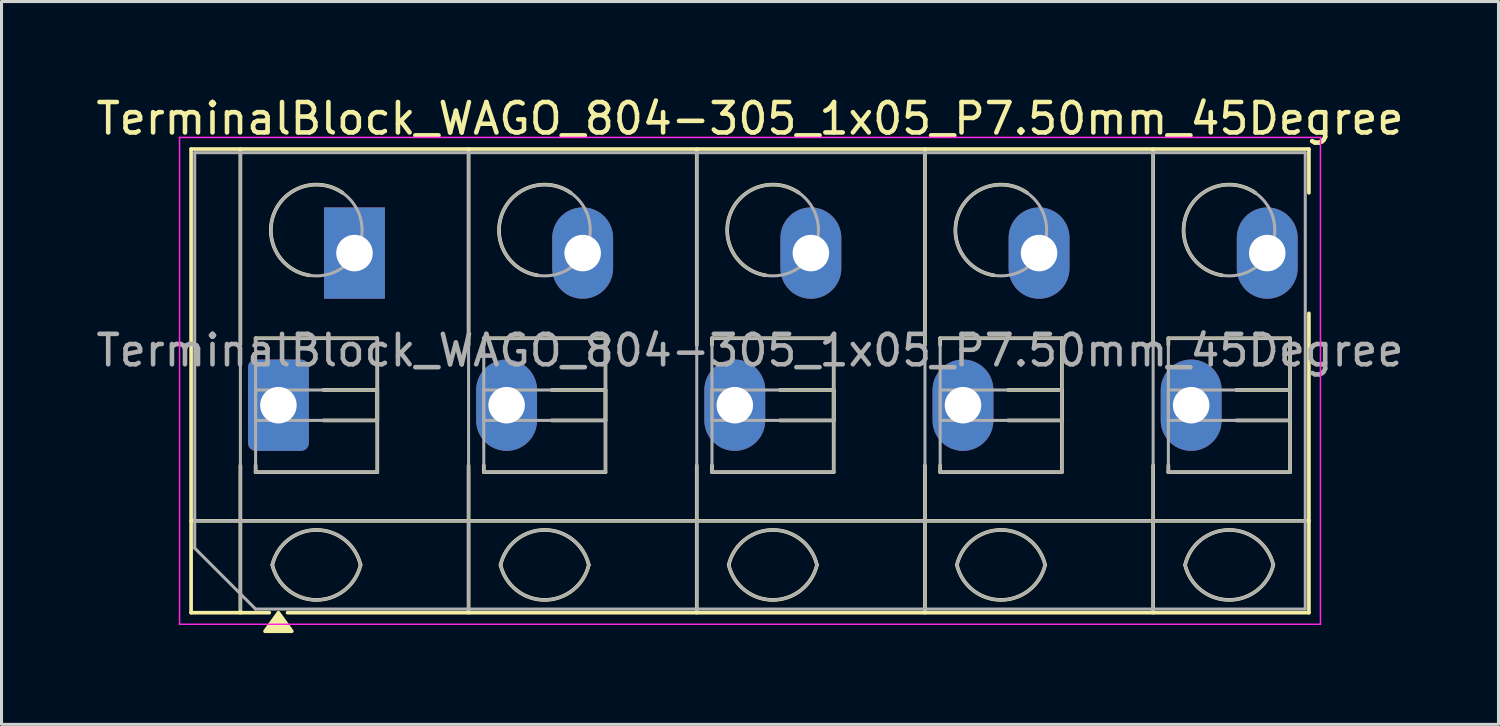
<source format=kicad_pcb>
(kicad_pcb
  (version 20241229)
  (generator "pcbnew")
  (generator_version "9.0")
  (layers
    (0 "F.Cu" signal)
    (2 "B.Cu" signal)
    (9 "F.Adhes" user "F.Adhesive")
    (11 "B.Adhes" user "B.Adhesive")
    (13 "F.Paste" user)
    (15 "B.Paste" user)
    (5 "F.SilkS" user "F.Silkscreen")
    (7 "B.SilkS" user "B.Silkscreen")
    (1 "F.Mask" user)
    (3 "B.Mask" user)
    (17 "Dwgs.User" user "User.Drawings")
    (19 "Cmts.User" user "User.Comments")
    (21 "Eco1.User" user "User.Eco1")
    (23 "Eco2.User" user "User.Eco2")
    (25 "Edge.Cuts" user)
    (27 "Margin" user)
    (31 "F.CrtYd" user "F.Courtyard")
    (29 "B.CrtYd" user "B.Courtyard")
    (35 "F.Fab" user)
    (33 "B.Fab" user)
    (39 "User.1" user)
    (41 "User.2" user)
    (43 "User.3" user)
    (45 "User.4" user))
  (footprint "TerminalBlock_WAGO_804-305_1x05_P7.50mm_45Degree"
    (layer "F.Cu")
    (at 6.101 10.268)
    (property "Reference" "TerminalBlock_WAGO_804-305_1x05_P7.50mm_45Degree" (at 15.5 -9.42 0) (layer "F.SilkS") (effects (font (size 1 1) (thickness 0.15))))
    (attr through_hole)
    (fp_line (start -2.87 -8.42) (end 33.87 -8.42) (stroke (width 0.12) (type solid)) (layer "F.SilkS"))
    (fp_line (start -2.87 3.8) (end 33.87 3.8) (stroke (width 0.12) (type solid)) (layer "F.SilkS"))
    (fp_line (start -2.87 6.82) (end -2.87 -8.42) (stroke (width 0.12) (type solid)) (layer "F.SilkS"))
    (fp_line (start -1.25 -8.42) (end -1.25 -1.98) (stroke (width 0.12) (type solid)) (layer "F.SilkS"))
    (fp_line (start -1.25 1.98) (end -1.25 6.82) (stroke (width 0.12) (type solid)) (layer "F.SilkS"))
    (fp_line (start -0.75 -2.2) (end 3.25 -2.2) (stroke (width 0.12) (type solid)) (layer "F.SilkS"))
    (fp_line (start -0.75 -1.98) (end -0.75 -2.2) (stroke (width 0.12) (type solid)) (layer "F.SilkS"))
    (fp_line (start -0.75 2.2) (end -0.75 1.98) (stroke (width 0.12) (type solid)) (layer "F.SilkS"))
    (fp_line (start -0.3 6.82) (end -2.87 6.82) (stroke (width 0.12) (type solid)) (layer "F.SilkS"))
    (fp_line (start 1.48 -0.5) (end 3.25 -0.5) (stroke (width 0.12) (type solid)) (layer "F.SilkS"))
    (fp_line (start 3.25 -2.2) (end 3.25 2.2) (stroke (width 0.12) (type solid)) (layer "F.SilkS"))
    (fp_line (start 3.25 -0.5) (end 3.25 0.5) (stroke (width 0.12) (type solid)) (layer "F.SilkS"))
    (fp_line (start 3.25 0.5) (end 1.48 0.5) (stroke (width 0.12) (type solid)) (layer "F.SilkS"))
    (fp_line (start 3.25 2.2) (end -0.75 2.2) (stroke (width 0.12) (type solid)) (layer "F.SilkS"))
    (fp_line (start 6.25 -8.42) (end 6.25 -1.98) (stroke (width 0.12) (type solid)) (layer "F.SilkS"))
    (fp_line (start 6.25 1.98) (end 6.25 6.82) (stroke (width 0.12) (type solid)) (layer "F.SilkS"))
    (fp_line (start 6.75 -2.2) (end 10.75 -2.2) (stroke (width 0.12) (type solid)) (layer "F.SilkS"))
    (fp_line (start 6.75 -1.98) (end 6.75 -2.2) (stroke (width 0.12) (type solid)) (layer "F.SilkS"))
    (fp_line (start 6.75 2.2) (end 6.75 1.98) (stroke (width 0.12) (type solid)) (layer "F.SilkS"))
    (fp_line (start 8.98 -0.5) (end 10.75 -0.5) (stroke (width 0.12) (type solid)) (layer "F.SilkS"))
    (fp_line (start 10.75 -2.2) (end 10.75 2.2) (stroke (width 0.12) (type solid)) (layer "F.SilkS"))
    (fp_line (start 10.75 -0.5) (end 10.75 0.5) (stroke (width 0.12) (type solid)) (layer "F.SilkS"))
    (fp_line (start 10.75 0.5) (end 8.98 0.5) (stroke (width 0.12) (type solid)) (layer "F.SilkS"))
    (fp_line (start 10.75 2.2) (end 6.75 2.2) (stroke (width 0.12) (type solid)) (layer "F.SilkS"))
    (fp_line (start 13.75 -8.42) (end 13.75 -1.98) (stroke (width 0.12) (type solid)) (layer "F.SilkS"))
    (fp_line (start 13.75 1.98) (end 13.75 6.82) (stroke (width 0.12) (type solid)) (layer "F.SilkS"))
    (fp_line (start 14.25 -2.2) (end 18.25 -2.2) (stroke (width 0.12) (type solid)) (layer "F.SilkS"))
    (fp_line (start 14.25 -1.98) (end 14.25 -2.2) (stroke (width 0.12) (type solid)) (layer "F.SilkS"))
    (fp_line (start 14.25 2.2) (end 14.25 1.98) (stroke (width 0.12) (type solid)) (layer "F.SilkS"))
    (fp_line (start 16.48 -0.5) (end 18.25 -0.5) (stroke (width 0.12) (type solid)) (layer "F.SilkS"))
    (fp_line (start 18.25 -2.2) (end 18.25 2.2) (stroke (width 0.12) (type solid)) (layer "F.SilkS"))
    (fp_line (start 18.25 -0.5) (end 18.25 0.5) (stroke (width 0.12) (type solid)) (layer "F.SilkS"))
    (fp_line (start 18.25 0.5) (end 16.48 0.5) (stroke (width 0.12) (type solid)) (layer "F.SilkS"))
    (fp_line (start 18.25 2.2) (end 14.25 2.2) (stroke (width 0.12) (type solid)) (layer "F.SilkS"))
    (fp_line (start 21.25 -8.42) (end 21.25 -1.98) (stroke (width 0.12) (type solid)) (layer "F.SilkS"))
    (fp_line (start 21.25 1.98) (end 21.25 6.82) (stroke (width 0.12) (type solid)) (layer "F.SilkS"))
    (fp_line (start 21.75 -2.2) (end 25.75 -2.2) (stroke (width 0.12) (type solid)) (layer "F.SilkS"))
    (fp_line (start 21.75 -1.98) (end 21.75 -2.2) (stroke (width 0.12) (type solid)) (layer "F.SilkS"))
    (fp_line (start 21.75 2.2) (end 21.75 1.98) (stroke (width 0.12) (type solid)) (layer "F.SilkS"))
    (fp_line (start 23.98 -0.5) (end 25.75 -0.5) (stroke (width 0.12) (type solid)) (layer "F.SilkS"))
    (fp_line (start 25.75 -2.2) (end 25.75 2.2) (stroke (width 0.12) (type solid)) (layer "F.SilkS"))
    (fp_line (start 25.75 -0.5) (end 25.75 0.5) (stroke (width 0.12) (type solid)) (layer "F.SilkS"))
    (fp_line (start 25.75 0.5) (end 23.98 0.5) (stroke (width 0.12) (type solid)) (layer "F.SilkS"))
    (fp_line (start 25.75 2.2) (end 21.75 2.2) (stroke (width 0.12) (type solid)) (layer "F.SilkS"))
    (fp_line (start 28.75 -8.42) (end 28.75 -1.98) (stroke (width 0.12) (type solid)) (layer "F.SilkS"))
    (fp_line (start 28.75 1.98) (end 28.75 6.82) (stroke (width 0.12) (type solid)) (layer "F.SilkS"))
    (fp_line (start 29.25 -2.2) (end 33.25 -2.2) (stroke (width 0.12) (type solid)) (layer "F.SilkS"))
    (fp_line (start 29.25 -1.98) (end 29.25 -2.2) (stroke (width 0.12) (type solid)) (layer "F.SilkS"))
    (fp_line (start 29.25 2.2) (end 29.25 1.98) (stroke (width 0.12) (type solid)) (layer "F.SilkS"))
    (fp_line (start 31.48 -0.5) (end 33.25 -0.5) (stroke (width 0.12) (type solid)) (layer "F.SilkS"))
    (fp_line (start 33.25 -2.2) (end 33.25 2.2) (stroke (width 0.12) (type solid)) (layer "F.SilkS"))
    (fp_line (start 33.25 -0.5) (end 33.25 0.5) (stroke (width 0.12) (type solid)) (layer "F.SilkS"))
    (fp_line (start 33.25 0.5) (end 31.48 0.5) (stroke (width 0.12) (type solid)) (layer "F.SilkS"))
    (fp_line (start 33.25 2.2) (end 29.25 2.2) (stroke (width 0.12) (type solid)) (layer "F.SilkS"))
    (fp_line (start 33.87 -8.42) (end 33.87 -6.98) (stroke (width 0.12) (type solid)) (layer "F.SilkS"))
    (fp_line (start 33.87 -3.02) (end 33.87 6.82) (stroke (width 0.12) (type solid)) (layer "F.SilkS"))
    (fp_line (start 33.87 6.82) (end 0.3 6.82) (stroke (width 0.12) (type solid)) (layer "F.SilkS"))
    (fp_arc (start -0.2 5.25) (mid 1.25 4.1) (end 2.7 5.25) (stroke (width 0.12) (type solid)) (layer "F.SilkS"))
    (fp_arc (start 1.02 -4.268) (mid -0.141916 -6.309209) (end 2.109 -6.98) (stroke (width 0.12) (type solid)) (layer "F.SilkS"))
    (fp_arc (start 2.7 5.25) (mid 1.25 6.4) (end -0.2 5.25) (stroke (width 0.12) (type solid)) (layer "F.SilkS"))
    (fp_arc (start 7.3 5.25) (mid 8.75 4.1) (end 10.2 5.25) (stroke (width 0.12) (type solid)) (layer "F.SilkS"))
    (fp_arc (start 8.52 -4.268) (mid 7.358084 -6.309209) (end 9.609 -6.98) (stroke (width 0.12) (type solid)) (layer "F.SilkS"))
    (fp_arc (start 10.2 5.25) (mid 8.75 6.4) (end 7.3 5.25) (stroke (width 0.12) (type solid)) (layer "F.SilkS"))
    (fp_arc (start 14.8 5.25) (mid 16.25 4.1) (end 17.7 5.25) (stroke (width 0.12) (type solid)) (layer "F.SilkS"))
    (fp_arc (start 16.02 -4.268) (mid 14.858084 -6.309209) (end 17.109 -6.98) (stroke (width 0.12) (type solid)) (layer "F.SilkS"))
    (fp_arc (start 17.7 5.25) (mid 16.25 6.4) (end 14.8 5.25) (stroke (width 0.12) (type solid)) (layer "F.SilkS"))
    (fp_arc (start 22.3 5.25) (mid 23.75 4.1) (end 25.2 5.25) (stroke (width 0.12) (type solid)) (layer "F.SilkS"))
    (fp_arc (start 23.52 -4.268) (mid 22.358084 -6.309209) (end 24.609 -6.98) (stroke (width 0.12) (type solid)) (layer "F.SilkS"))
    (fp_arc (start 25.2 5.25) (mid 23.75 6.4) (end 22.3 5.25) (stroke (width 0.12) (type solid)) (layer "F.SilkS"))
    (fp_arc (start 29.8 5.25) (mid 31.25 4.1) (end 32.7 5.25) (stroke (width 0.12) (type solid)) (layer "F.SilkS"))
    (fp_arc (start 31.02 -4.268) (mid 29.858084 -6.309209) (end 32.109 -6.98) (stroke (width 0.12) (type solid)) (layer "F.SilkS"))
    (fp_arc (start 32.7 5.25) (mid 31.25 6.4) (end 29.8 5.25) (stroke (width 0.12) (type solid)) (layer "F.SilkS"))
    (fp_poly (pts (xy 0 6.82) (xy 0.44 7.43) (xy -0.44 7.43)) (stroke (width 0.12) (type solid)) (fill yes) (layer "F.SilkS"))
    (fp_line (start -3.25 -8.8) (end -3.25 7.2) (stroke (width 0.05) (type solid)) (layer "F.CrtYd"))
    (fp_line (start -3.25 7.2) (end 34.25 7.2) (stroke (width 0.05) (type solid)) (layer "F.CrtYd"))
    (fp_line (start 34.25 -8.8) (end -3.25 -8.8) (stroke (width 0.05) (type solid)) (layer "F.CrtYd"))
    (fp_line (start 34.25 7.2) (end 34.25 -8.8) (stroke (width 0.05) (type solid)) (layer "F.CrtYd"))
    (fp_line (start -2.75 -8.3) (end 33.75 -8.3) (stroke (width 0.1) (type solid)) (layer "F.Fab"))
    (fp_line (start -2.75 3.8) (end 33.75 3.8) (stroke (width 0.1) (type solid)) (layer "F.Fab"))
    (fp_line (start -2.75 4.7) (end -2.75 -8.3) (stroke (width 0.1) (type solid)) (layer "F.Fab"))
    (fp_line (start -1.25 -8.3) (end -1.25 6.7) (stroke (width 0.1) (type solid)) (layer "F.Fab"))
    (fp_line (start -0.75 -2.2) (end -0.75 2.2) (stroke (width 0.1) (type solid)) (layer "F.Fab"))
    (fp_line (start -0.75 -0.5) (end -0.75 0.5) (stroke (width 0.1) (type solid)) (layer "F.Fab"))
    (fp_line (start -0.75 0.5) (end 3.25 0.5) (stroke (width 0.1) (type solid)) (layer "F.Fab"))
    (fp_line (start -0.75 2.2) (end 3.25 2.2) (stroke (width 0.1) (type solid)) (layer "F.Fab"))
    (fp_line (start -0.75 6.7) (end -2.75 4.7) (stroke (width 0.1) (type solid)) (layer "F.Fab"))
    (fp_line (start 3.25 -2.2) (end -0.75 -2.2) (stroke (width 0.1) (type solid)) (layer "F.Fab"))
    (fp_line (start 3.25 -0.5) (end -0.75 -0.5) (stroke (width 0.1) (type solid)) (layer "F.Fab"))
    (fp_line (start 3.25 0.5) (end 3.25 -0.5) (stroke (width 0.1) (type solid)) (layer "F.Fab"))
    (fp_line (start 3.25 2.2) (end 3.25 -2.2) (stroke (width 0.1) (type solid)) (layer "F.Fab"))
    (fp_line (start 6.25 -8.3) (end 6.25 6.7) (stroke (width 0.1) (type solid)) (layer "F.Fab"))
    (fp_line (start 6.75 -2.2) (end 6.75 2.2) (stroke (width 0.1) (type solid)) (layer "F.Fab"))
    (fp_line (start 6.75 -0.5) (end 6.75 0.5) (stroke (width 0.1) (type solid)) (layer "F.Fab"))
    (fp_line (start 6.75 0.5) (end 10.75 0.5) (stroke (width 0.1) (type solid)) (layer "F.Fab"))
    (fp_line (start 6.75 2.2) (end 10.75 2.2) (stroke (width 0.1) (type solid)) (layer "F.Fab"))
    (fp_line (start 10.75 -2.2) (end 6.75 -2.2) (stroke (width 0.1) (type solid)) (layer "F.Fab"))
    (fp_line (start 10.75 -0.5) (end 6.75 -0.5) (stroke (width 0.1) (type solid)) (layer "F.Fab"))
    (fp_line (start 10.75 0.5) (end 10.75 -0.5) (stroke (width 0.1) (type solid)) (layer "F.Fab"))
    (fp_line (start 10.75 2.2) (end 10.75 -2.2) (stroke (width 0.1) (type solid)) (layer "F.Fab"))
    (fp_line (start 13.75 -8.3) (end 13.75 6.7) (stroke (width 0.1) (type solid)) (layer "F.Fab"))
    (fp_line (start 14.25 -2.2) (end 14.25 2.2) (stroke (width 0.1) (type solid)) (layer "F.Fab"))
    (fp_line (start 14.25 -0.5) (end 14.25 0.5) (stroke (width 0.1) (type solid)) (layer "F.Fab"))
    (fp_line (start 14.25 0.5) (end 18.25 0.5) (stroke (width 0.1) (type solid)) (layer "F.Fab"))
    (fp_line (start 14.25 2.2) (end 18.25 2.2) (stroke (width 0.1) (type solid)) (layer "F.Fab"))
    (fp_line (start 18.25 -2.2) (end 14.25 -2.2) (stroke (width 0.1) (type solid)) (layer "F.Fab"))
    (fp_line (start 18.25 -0.5) (end 14.25 -0.5) (stroke (width 0.1) (type solid)) (layer "F.Fab"))
    (fp_line (start 18.25 0.5) (end 18.25 -0.5) (stroke (width 0.1) (type solid)) (layer "F.Fab"))
    (fp_line (start 18.25 2.2) (end 18.25 -2.2) (stroke (width 0.1) (type solid)) (layer "F.Fab"))
    (fp_line (start 21.25 -8.3) (end 21.25 6.7) (stroke (width 0.1) (type solid)) (layer "F.Fab"))
    (fp_line (start 21.75 -2.2) (end 21.75 2.2) (stroke (width 0.1) (type solid)) (layer "F.Fab"))
    (fp_line (start 21.75 -0.5) (end 21.75 0.5) (stroke (width 0.1) (type solid)) (layer "F.Fab"))
    (fp_line (start 21.75 0.5) (end 25.75 0.5) (stroke (width 0.1) (type solid)) (layer "F.Fab"))
    (fp_line (start 21.75 2.2) (end 25.75 2.2) (stroke (width 0.1) (type solid)) (layer "F.Fab"))
    (fp_line (start 25.75 -2.2) (end 21.75 -2.2) (stroke (width 0.1) (type solid)) (layer "F.Fab"))
    (fp_line (start 25.75 -0.5) (end 21.75 -0.5) (stroke (width 0.1) (type solid)) (layer "F.Fab"))
    (fp_line (start 25.75 0.5) (end 25.75 -0.5) (stroke (width 0.1) (type solid)) (layer "F.Fab"))
    (fp_line (start 25.75 2.2) (end 25.75 -2.2) (stroke (width 0.1) (type solid)) (layer "F.Fab"))
    (fp_line (start 28.75 -8.3) (end 28.75 6.7) (stroke (width 0.1) (type solid)) (layer "F.Fab"))
    (fp_line (start 29.25 -2.2) (end 29.25 2.2) (stroke (width 0.1) (type solid)) (layer "F.Fab"))
    (fp_line (start 29.25 -0.5) (end 29.25 0.5) (stroke (width 0.1) (type solid)) (layer "F.Fab"))
    (fp_line (start 29.25 0.5) (end 33.25 0.5) (stroke (width 0.1) (type solid)) (layer "F.Fab"))
    (fp_line (start 29.25 2.2) (end 33.25 2.2) (stroke (width 0.1) (type solid)) (layer "F.Fab"))
    (fp_line (start 33.25 -2.2) (end 29.25 -2.2) (stroke (width 0.1) (type solid)) (layer "F.Fab"))
    (fp_line (start 33.25 -0.5) (end 29.25 -0.5) (stroke (width 0.1) (type solid)) (layer "F.Fab"))
    (fp_line (start 33.25 0.5) (end 33.25 -0.5) (stroke (width 0.1) (type solid)) (layer "F.Fab"))
    (fp_line (start 33.25 2.2) (end 33.25 -2.2) (stroke (width 0.1) (type solid)) (layer "F.Fab"))
    (fp_line (start 33.75 -8.3) (end 33.75 6.7) (stroke (width 0.1) (type solid)) (layer "F.Fab"))
    (fp_line (start 33.75 6.7) (end -0.75 6.7) (stroke (width 0.1) (type solid)) (layer "F.Fab"))
    (fp_arc (start -0.2 5.25) (mid 1.25 4.1) (end 2.7 5.25) (stroke (width 0.1) (type solid)) (layer "F.Fab"))
    (fp_arc (start 2.7 5.25) (mid 1.25 6.4) (end -0.2 5.25) (stroke (width 0.1) (type solid)) (layer "F.Fab"))
    (fp_arc (start 7.3 5.25) (mid 8.75 4.1) (end 10.2 5.25) (stroke (width 0.1) (type solid)) (layer "F.Fab"))
    (fp_arc (start 10.2 5.25) (mid 8.75 6.4) (end 7.3 5.25) (stroke (width 0.1) (type solid)) (layer "F.Fab"))
    (fp_arc (start 14.8 5.25) (mid 16.25 4.1) (end 17.7 5.25) (stroke (width 0.1) (type solid)) (layer "F.Fab"))
    (fp_arc (start 17.7 5.25) (mid 16.25 6.4) (end 14.8 5.25) (stroke (width 0.1) (type solid)) (layer "F.Fab"))
    (fp_arc (start 22.3 5.25) (mid 23.75 4.1) (end 25.2 5.25) (stroke (width 0.1) (type solid)) (layer "F.Fab"))
    (fp_arc (start 25.2 5.25) (mid 23.75 6.4) (end 22.3 5.25) (stroke (width 0.1) (type solid)) (layer "F.Fab"))
    (fp_arc (start 29.8 5.25) (mid 31.25 4.1) (end 32.7 5.25) (stroke (width 0.1) (type solid)) (layer "F.Fab"))
    (fp_arc (start 32.7 5.25) (mid 31.25 6.4) (end 29.8 5.25) (stroke (width 0.1) (type solid)) (layer "F.Fab"))
    (fp_circle (center 1.25 -5.75) (end 2.75 -5.75) (stroke (width 0.1) (type solid)) (fill no) (layer "F.Fab"))
    (fp_circle (center 8.75 -5.75) (end 10.25 -5.75) (stroke (width 0.1) (type solid)) (fill no) (layer "F.Fab"))
    (fp_circle (center 16.25 -5.75) (end 17.75 -5.75) (stroke (width 0.1) (type solid)) (fill no) (layer "F.Fab"))
    (fp_circle (center 23.75 -5.75) (end 25.25 -5.75) (stroke (width 0.1) (type solid)) (fill no) (layer "F.Fab"))
    (fp_circle (center 31.25 -5.75) (end 32.75 -5.75) (stroke (width 0.1) (type solid)) (fill no) (layer "F.Fab"))
    (fp_text user "${REFERENCE}" (at 15.5 -1.8 0) (layer "F.Fab") (effects (font (size 1 1) (thickness 0.15))))
    (pad "1" thru_hole roundrect (at 0 0) (size 2 3) (drill 1.2) (layers "*.Cu" "*.Mask") (roundrect_rratio 0.125))
    (pad "1" thru_hole rect (at 2.5 -5) (size 2 3) (drill 1.2) (layers "*.Cu" "*.Mask"))
    (pad "2" thru_hole oval (at 7.5 0) (size 2 3) (drill 1.2) (layers "*.Cu" "*.Mask"))
    (pad "2" thru_hole oval (at 10 -5) (size 2 3) (drill 1.2) (layers "*.Cu" "*.Mask"))
    (pad "3" thru_hole oval (at 15 0) (size 2 3) (drill 1.2) (layers "*.Cu" "*.Mask"))
    (pad "3" thru_hole oval (at 17.5 -5) (size 2 3) (drill 1.2) (layers "*.Cu" "*.Mask"))
    (pad "4" thru_hole oval (at 22.5 0) (size 2 3) (drill 1.2) (layers "*.Cu" "*.Mask"))
    (pad "4" thru_hole oval (at 25 -5) (size 2 3) (drill 1.2) (layers "*.Cu" "*.Mask"))
    (pad "5" thru_hole oval (at 30 0) (size 2 3) (drill 1.2) (layers "*.Cu" "*.Mask"))
    (pad "5" thru_hole oval (at 32.5 -5) (size 2 3) (drill 1.2) (layers "*.Cu" "*.Mask")))
  (gr_rect
    (start -3 -3)
    (end 46.202 20.758)
    (stroke (width 0.1) (type default))
    (fill no)
    (layer "Edge.Cuts")))
</source>
